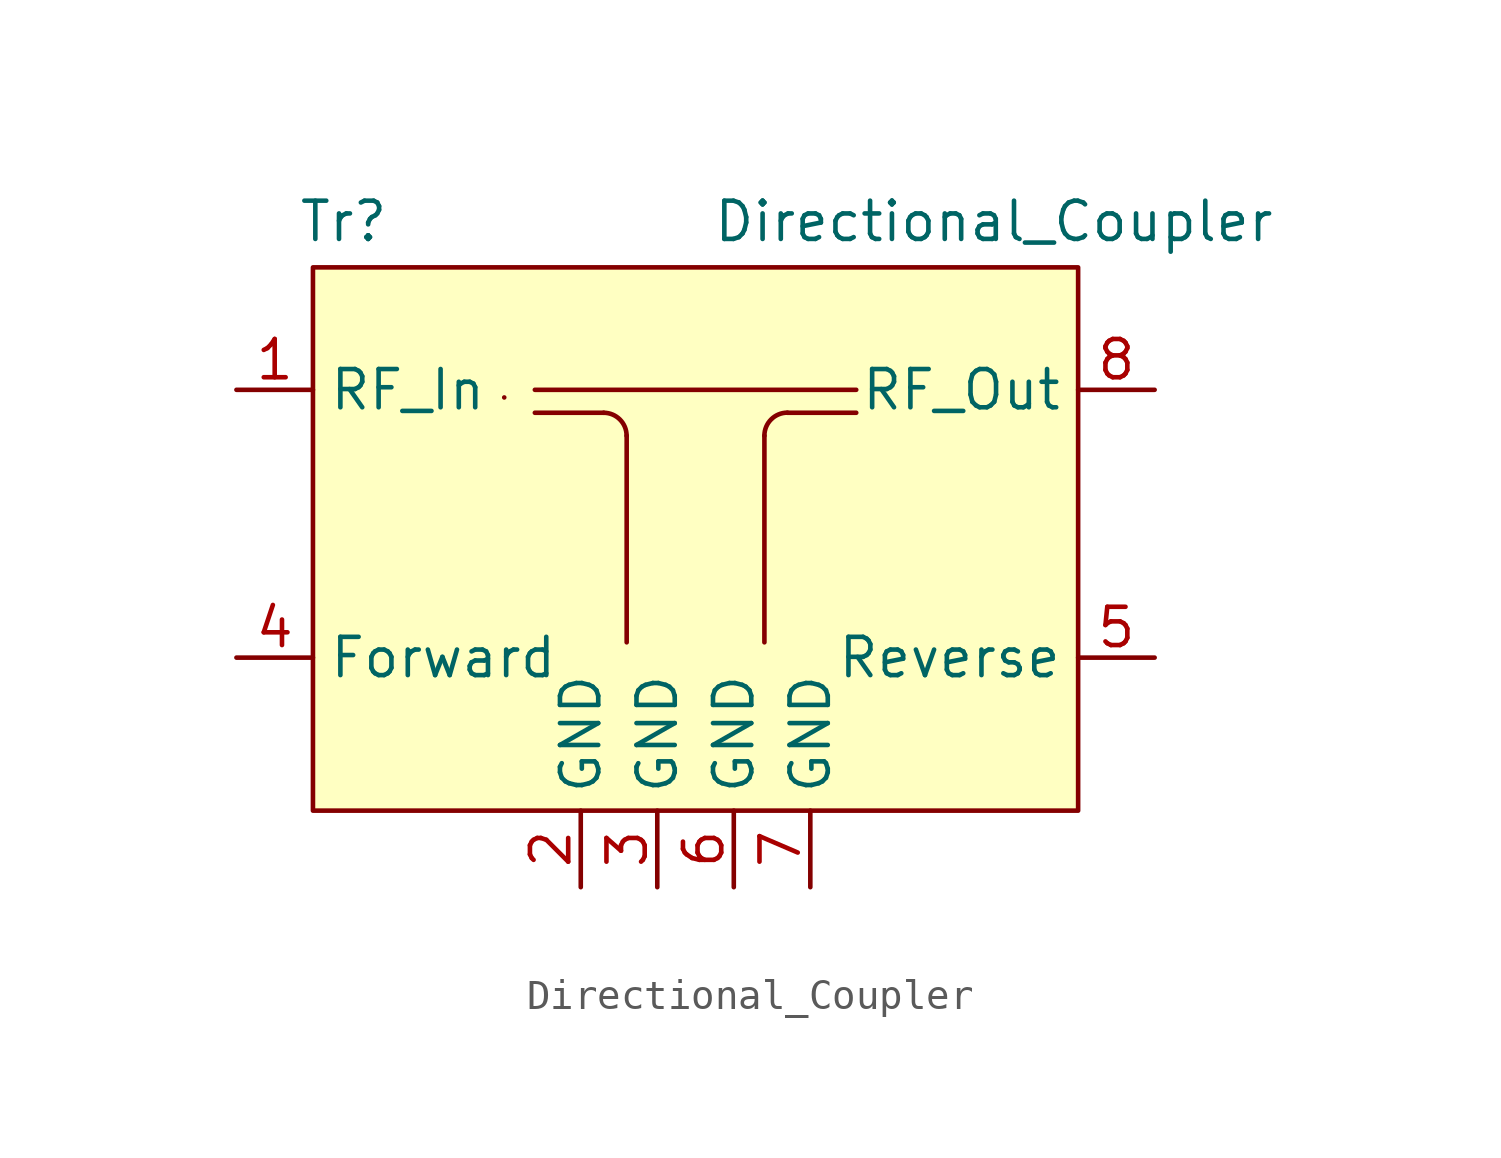
<source format=kicad_sym>
(kicad_symbol_lib
  (version 20231120)
  (generator "kicad_symbol_editor")
  (generator_version "8.0")
  (symbol "Directional_Coupler"
    (property "Reference" "Tr"
      (at -11.684 9.398 0)
      (effects (font (size 1.27 1.27))))
    (property "Value" "Directional_Coupler"
      (at 9.906 9.398 0)
      (effects (font (size 1.27 1.27))))
    (symbol "Directional_Coupler_0_0"
      (pin input line (at -15.24 3.81 0) (length 2.54) (name "RF_In" (effects (font (size 1.27 1.27)))) (number "1" (effects (font (size 1.27 1.27)))))
      (pin power_in line (at -3.81 -12.7 90) (length 2.54) (name "GND" (effects (font (size 1.27 1.27)))) (number "2" (effects (font (size 1.27 1.27)))))
      (pin power_in line (at -1.27 -12.7 90) (length 2.54) (name "GND" (effects (font (size 1.27 1.27)))) (number "3" (effects (font (size 1.27 1.27)))))
      (pin output line (at -15.24 -5.08 0) (length 2.54) (name "Forward" (effects (font (size 1.27 1.27)))) (number "4" (effects (font (size 1.27 1.27)))))
      (pin output line (at 15.24 -5.08 180) (length 2.54) (name "Reverse" (effects (font (size 1.27 1.27)))) (number "5" (effects (font (size 1.27 1.27)))))
      (pin power_in line (at 1.27 -12.7 90) (length 2.54) (name "GND" (effects (font (size 1.27 1.27)))) (number "6" (effects (font (size 1.27 1.27)))))
      (pin power_in line (at 3.81 -12.7 90) (length 2.54) (name "GND" (effects (font (size 1.27 1.27)))) (number "7" (effects (font (size 1.27 1.27)))))
      (pin output line (at 15.24 3.81 180) (length 2.54) (name "RF_Out" (effects (font (size 1.27 1.27)))) (number "8" (effects (font (size 1.27 1.27))))))
    (symbol "Directional_Coupler_0_1"
      (arc (start -2.286 2.286) (mid -2.5093 2.8247) (end -3.048 3.048) (stroke (width 0) (type default)) (fill (type none)))
      (polyline (pts (xy -6.35 3.556) (xy -6.35 3.556)) (stroke (width 0) (type default)) (fill (type none)))
      (polyline (pts (xy -5.334 3.048) (xy -3.048 3.048)) (stroke (width 0) (type default)) (fill (type none)))
      (polyline (pts (xy -5.334 3.81) (xy 5.334 3.81)) (stroke (width 0) (type default)) (fill (type none)))
      (polyline (pts (xy -2.286 2.286) (xy -2.286 -4.572)) (stroke (width 0) (type default)) (fill (type none)))
      (polyline (pts (xy 2.286 2.286) (xy 2.286 -4.572)) (stroke (width 0) (type default)) (fill (type none)))
      (polyline (pts (xy 3.048 3.048) (xy 5.334 3.048)) (stroke (width 0) (type default)) (fill (type none)))
      (arc (start 3.0477 3.0483) (mid 2.509 2.825) (end 2.2857 2.2863) (stroke (width 0) (type default)) (fill (type none))))
    (symbol "Directional_Coupler_1_1"
      (rectangle (start -12.7 7.874) (end 12.7 -10.16) (stroke (width 0) (type default)) (fill (type background))))))
</source>
